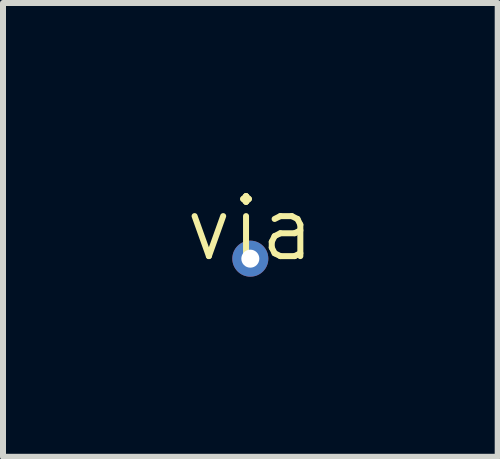
<source format=kicad_pcb>
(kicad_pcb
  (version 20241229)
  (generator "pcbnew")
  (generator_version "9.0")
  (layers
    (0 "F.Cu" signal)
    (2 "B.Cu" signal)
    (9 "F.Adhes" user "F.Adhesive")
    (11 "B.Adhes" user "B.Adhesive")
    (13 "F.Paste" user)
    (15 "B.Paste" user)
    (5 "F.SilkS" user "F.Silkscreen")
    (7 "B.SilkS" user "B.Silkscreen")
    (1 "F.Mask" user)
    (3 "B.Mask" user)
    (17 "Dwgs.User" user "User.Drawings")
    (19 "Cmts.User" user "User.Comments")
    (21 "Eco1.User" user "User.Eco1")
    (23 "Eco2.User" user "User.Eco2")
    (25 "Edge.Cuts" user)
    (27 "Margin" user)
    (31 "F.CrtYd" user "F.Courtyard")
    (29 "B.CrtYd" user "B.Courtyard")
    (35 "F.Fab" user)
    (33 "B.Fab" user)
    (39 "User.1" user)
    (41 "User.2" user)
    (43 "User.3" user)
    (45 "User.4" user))
  (footprint "via"
    (layer "F.Cu")
    (at 1.121 1.26)
    (property "Reference" "via" (at 0 -0.5 0) (unlocked yes) (layer "F.SilkS") (effects (font (size 1 1) (thickness 0.1))))
    (pad "1" thru_hole circle (at 0 0) (size 0.6 0.6) (drill 0.3) (layers "*.Cu" "*.Mask")))
  (gr_rect
    (start -3 -3)
    (end 5.243 4.561)
    (stroke (width 0.1) (type default))
    (fill no)
    (layer "Edge.Cuts")))
</source>
